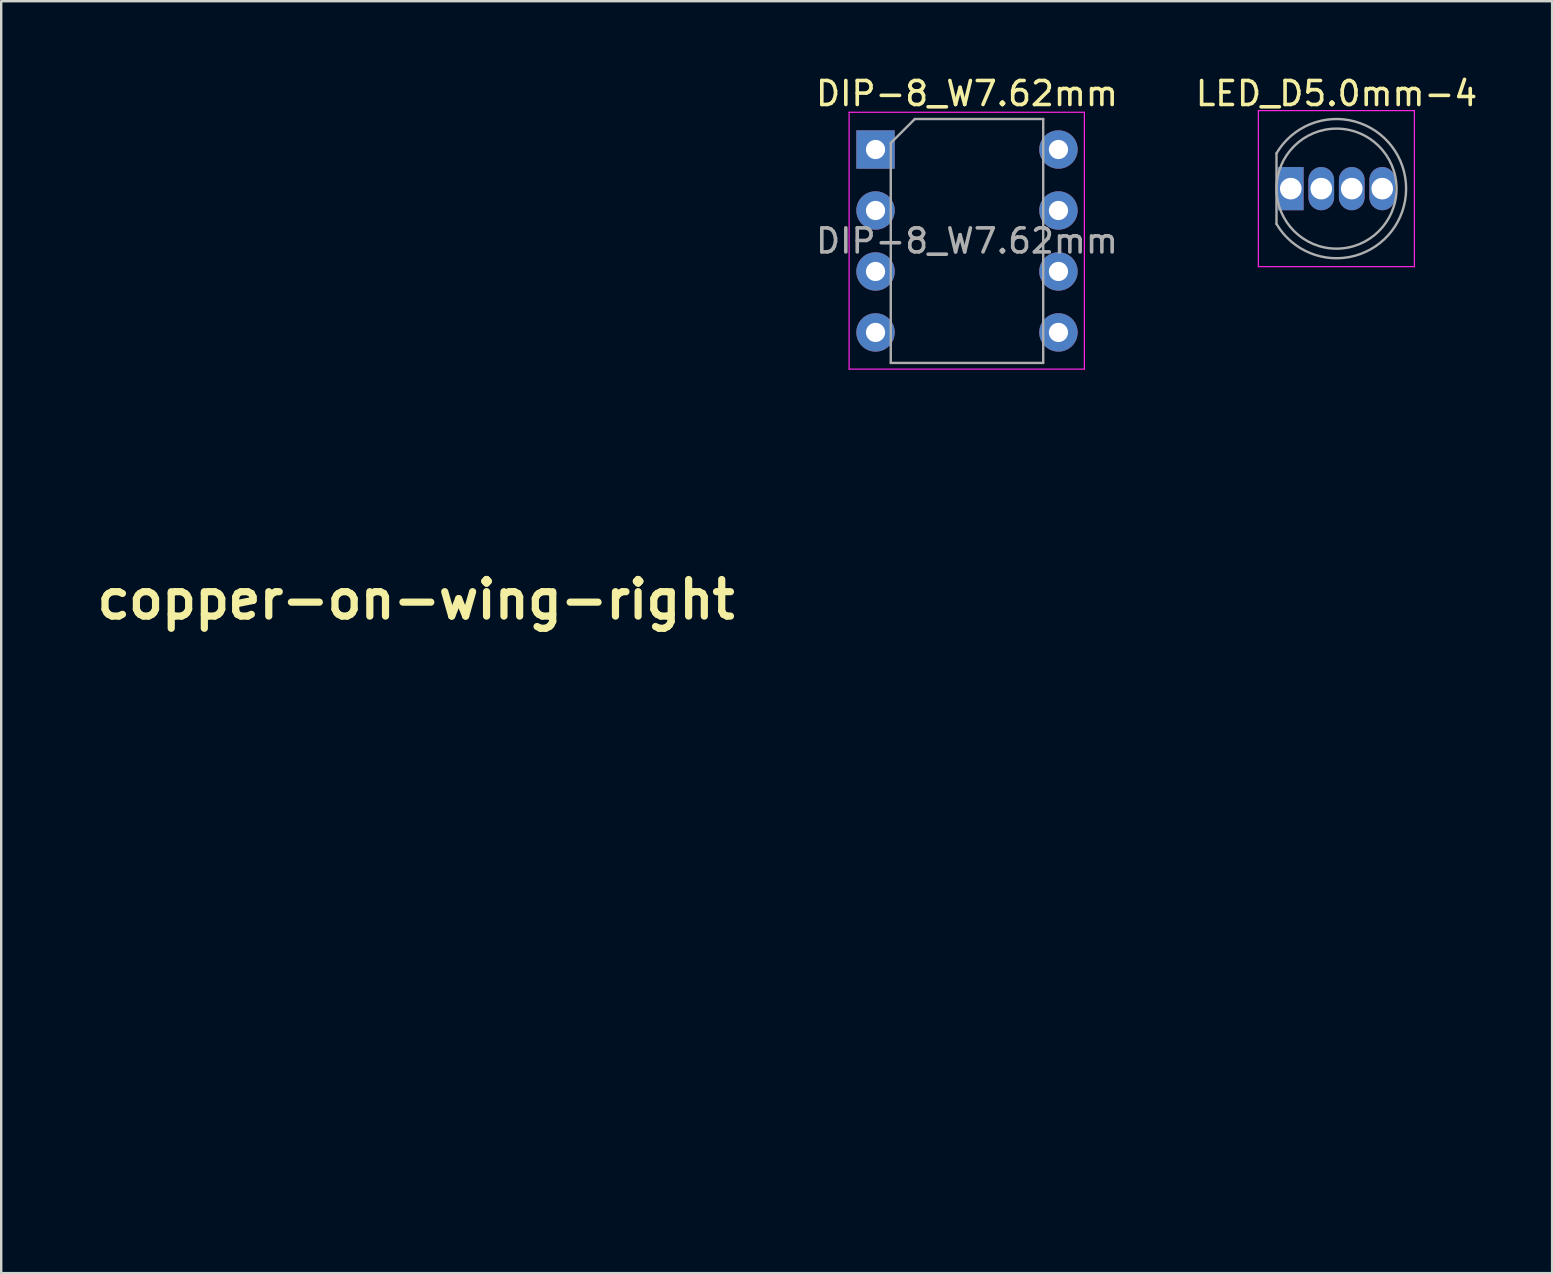
<source format=kicad_pcb>
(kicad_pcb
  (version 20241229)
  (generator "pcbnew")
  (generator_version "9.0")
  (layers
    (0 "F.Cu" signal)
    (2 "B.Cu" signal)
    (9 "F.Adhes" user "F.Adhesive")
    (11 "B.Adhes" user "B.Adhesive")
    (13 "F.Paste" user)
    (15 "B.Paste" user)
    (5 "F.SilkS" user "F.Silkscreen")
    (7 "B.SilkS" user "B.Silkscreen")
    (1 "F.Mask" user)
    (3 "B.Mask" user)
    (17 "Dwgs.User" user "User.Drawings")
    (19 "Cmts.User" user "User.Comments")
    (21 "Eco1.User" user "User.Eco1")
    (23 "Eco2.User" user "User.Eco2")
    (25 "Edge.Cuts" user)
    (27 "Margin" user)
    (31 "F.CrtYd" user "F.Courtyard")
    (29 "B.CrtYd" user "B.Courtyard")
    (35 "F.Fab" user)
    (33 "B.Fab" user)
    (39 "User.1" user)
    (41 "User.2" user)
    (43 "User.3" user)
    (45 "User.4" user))
  (footprint "copper-on-wing-right"
    (layer "F.Cu")
    (at 14.279 21.925)
    (property "Reference" "copper-on-wing-right" (at 0 0 0) (layer "F.SilkS") (effects (font (size 1.524 1.524) (thickness 0.3))))
    (attr through_hole)
    (fp_poly (pts (xy 5.434 -21.816) (xy 5.173 -21.582) (xy 5.09 -21.447) (xy 5.015 -21.175) (xy 4.991 -20.772) (xy 5.016 -20.272) (xy 5.088 -19.704) (xy 5.206 -19.1) (xy 5.248 -18.923) (xy 5.499 -17.907) (xy 5.5 -14.52) (xy 5.499 -13.607) (xy 5.495 -12.847) (xy 5.487 -12.222) (xy 5.475 -11.716) (xy 5.459 -11.313) (xy 5.437 -10.996) (xy 5.41 -10.747) (xy 5.377 -10.551) (xy 5.375 -10.541) (xy 5.32 -10.188) (xy 5.278 -9.73) (xy 5.254 -9.23) (xy 5.249 -8.938) (xy 5.247 -8.574) (xy 5.236 -8.271) (xy 5.21 -7.997) (xy 5.162 -7.718) (xy 5.085 -7.402) (xy 4.973 -7.015) (xy 4.819 -6.524) (xy 4.682 -6.096) (xy 4.572 -5.746) (xy 4.476 -5.419) (xy 4.412 -5.18) (xy 4.408 -5.165) (xy 4.327 -4.86) (xy 4.213 -4.492) (xy 4.083 -4.109) (xy 3.954 -3.758) (xy 3.843 -3.488) (xy 3.783 -3.37) (xy 3.633 -3.037) (xy 3.541 -2.651) (xy 3.52 -2.284) (xy 3.557 -2.072) (xy 3.734 -1.769) (xy 4.001 -1.582) (xy 4.316 -1.521) (xy 4.64 -1.595) (xy 4.892 -1.773) (xy 5.083 -2.018) (xy 5.245 -2.316) (xy 5.274 -2.387) (xy 5.575 -3.237) (xy 5.865 -4.091) (xy 6.122 -4.887) (xy 6.258 -5.334) (xy 6.456 -5.999) (xy 6.611 -6.53) (xy 6.73 -6.954) (xy 6.817 -7.299) (xy 6.878 -7.592) (xy 6.918 -7.862) (xy 6.944 -8.136) (xy 6.959 -8.442) (xy 6.971 -8.808) (xy 6.976 -8.975) (xy 6.994 -9.454) (xy 7.021 -9.896) (xy 7.054 -10.263) (xy 7.089 -10.515) (xy 7.104 -10.583) (xy 7.131 -10.758) (xy 7.152 -11.099) (xy 7.17 -11.604) (xy 7.183 -12.271) (xy 7.192 -13.096) (xy 7.196 -14.077) (xy 7.197 -14.549) (xy 7.197 -18.219) (xy 6.943 -19.233) (xy 6.839 -19.691) (xy 6.756 -20.141) (xy 6.703 -20.527) (xy 6.689 -20.755) (xy 6.673 -21.063) (xy 6.633 -21.326) (xy 6.594 -21.447) (xy 6.366 -21.735) (xy 6.07 -21.893) (xy 5.746 -21.92) (xy 5.434 -21.816)) (stroke (width 0.01) (type solid)) (fill yes) (layer "F.Mask"))
    (fp_poly (pts (xy -0.243 10.043) (xy -0.497 10.223) (xy -0.65 10.472) (xy -0.677 10.638) (xy -0.717 10.769) (xy -0.825 11.009) (xy -0.983 11.321) (xy -1.132 11.594) (xy -1.333 11.964) (xy -1.511 12.318) (xy -1.643 12.607) (xy -1.695 12.742) (xy -1.815 13) (xy -2.004 13.294) (xy -2.138 13.462) (xy -2.462 13.891) (xy -2.739 14.371) (xy -2.921 14.817) (xy -3.019 15.016) (xy -3.18 15.248) (xy -3.229 15.307) (xy -3.397 15.534) (xy -3.589 15.841) (xy -3.736 16.111) (xy -3.912 16.434) (xy -4.125 16.786) (xy -4.352 17.13) (xy -4.568 17.432) (xy -4.748 17.654) (xy -4.859 17.756) (xy -4.952 17.856) (xy -5.111 18.072) (xy -5.316 18.374) (xy -5.546 18.731) (xy -5.782 19.112) (xy -6.005 19.487) (xy -6.195 19.825) (xy -6.224 19.879) (xy -6.428 20.246) (xy -6.639 20.579) (xy -6.882 20.911) (xy -7.183 21.276) (xy -7.566 21.705) (xy -7.843 22.006) (xy -8.126 22.311) (xy -8.408 22.621) (xy -8.639 22.878) (xy -8.679 22.924) (xy -8.933 23.165) (xy -9.222 23.372) (xy -9.359 23.445) (xy -9.676 23.633) (xy -9.849 23.869) (xy -9.906 24.189) (xy -9.906 24.215) (xy -9.848 24.565) (xy -9.662 24.818) (xy -9.484 24.933) (xy -9.073 25.055) (xy -8.639 25.015) (xy -8.208 24.82) (xy -8.031 24.679) (xy -7.768 24.435) (xy -7.442 24.113) (xy -7.077 23.737) (xy -6.696 23.331) (xy -6.324 22.922) (xy -5.983 22.533) (xy -5.736 22.237) (xy -5.362 21.737) (xy -4.996 21.19) (xy -4.704 20.695) (xy -4.412 20.176) (xy -4.135 19.737) (xy -3.823 19.3) (xy -3.768 19.227) (xy -3.374 18.701) (xy -3.062 18.265) (xy -2.805 17.879) (xy -2.575 17.504) (xy -2.443 17.272) (xy -2.231 16.92) (xy -1.999 16.573) (xy -1.793 16.3) (xy -1.767 16.27) (xy -1.516 15.908) (xy -1.333 15.505) (xy -1.316 15.45) (xy -1.094 14.96) (xy -0.761 14.505) (xy -0.511 14.174) (xy -0.293 13.815) (xy -0.169 13.547) (xy -0.058 13.26) (xy 0.046 13.017) (xy 0.099 12.912) (xy 0.423 12.336) (xy 0.658 11.874) (xy 0.815 11.503) (xy 0.903 11.199) (xy 0.931 10.939) (xy 0.931 10.927) (xy 0.881 10.504) (xy 0.725 10.205) (xy 0.456 10.018) (xy 0.39 9.994) (xy 0.067 9.958) (xy -0.243 10.043)) (stroke (width 0.01) (type solid)) (fill yes) (layer "F.Mask"))
    (fp_poly (pts (xy -5.207 -15.155) (xy -5.341 -15.11) (xy -5.452 -15.06) (xy -5.541 -14.991) (xy -5.611 -14.886) (xy -5.663 -14.731) (xy -5.7 -14.51) (xy -5.723 -14.208) (xy -5.734 -13.809) (xy -5.735 -13.298) (xy -5.729 -12.659) (xy -5.717 -11.878) (xy -5.705 -11.226) (xy -5.691 -10.362) (xy -5.681 -9.651) (xy -5.676 -9.075) (xy -5.675 -8.618) (xy -5.68 -8.263) (xy -5.691 -7.994) (xy -5.708 -7.793) (xy -5.731 -7.644) (xy -5.76 -7.53) (xy -5.782 -7.469) (xy -5.874 -7.175) (xy -5.949 -6.823) (xy -5.97 -6.676) (xy -6.064 -6.038) (xy -6.188 -5.467) (xy -6.314 -5.057) (xy -6.377 -4.803) (xy -6.421 -4.46) (xy -6.435 -4.149) (xy -6.463 -3.728) (xy -6.542 -3.217) (xy -6.66 -2.661) (xy -6.805 -2.103) (xy -6.966 -1.587) (xy -7.132 -1.158) (xy -7.269 -0.894) (xy -7.414 -0.644) (xy -7.511 -0.435) (xy -7.535 -0.341) (xy -7.582 -0.167) (xy -7.651 -0.04) (xy -7.722 0.134) (xy -7.784 0.408) (xy -7.814 0.635) (xy -7.854 0.946) (xy -7.924 1.287) (xy -8.031 1.688) (xy -8.183 2.173) (xy -8.387 2.77) (xy -8.546 3.217) (xy -8.712 3.7) (xy -8.882 4.224) (xy -9.03 4.716) (xy -9.108 4.995) (xy -9.219 5.389) (xy -9.339 5.763) (xy -9.448 6.058) (xy -9.488 6.15) (xy -9.603 6.447) (xy -9.701 6.802) (xy -9.734 6.969) (xy -9.802 7.286) (xy -9.892 7.575) (xy -9.943 7.694) (xy -10.03 7.949) (xy -10.077 8.254) (xy -10.079 8.314) (xy -10.115 8.644) (xy -10.198 8.976) (xy -10.213 9.017) (xy -10.319 9.306) (xy -10.438 9.648) (xy -10.488 9.795) (xy -10.595 10.074) (xy -10.71 10.304) (xy -10.768 10.388) (xy -10.89 10.559) (xy -11.032 10.802) (xy -11.075 10.885) (xy -11.21 11.121) (xy -11.342 11.301) (xy -11.38 11.339) (xy -11.509 11.488) (xy -11.644 11.701) (xy -11.651 11.714) (xy -11.79 11.979) (xy -11.938 12.26) (xy -11.947 12.277) (xy -12.082 12.505) (xy -12.273 12.797) (xy -12.443 13.039) (xy -12.651 13.337) (xy -12.844 13.634) (xy -12.956 13.825) (xy -13.1 14.034) (xy -13.329 14.305) (xy -13.599 14.588) (xy -13.675 14.662) (xy -13.99 14.982) (xy -14.183 15.236) (xy -14.271 15.45) (xy -14.274 15.464) (xy -14.272 15.844) (xy -14.132 16.164) (xy -13.879 16.395) (xy -13.537 16.505) (xy -13.439 16.51) (xy -13.255 16.481) (xy -13.046 16.382) (xy -12.777 16.192) (xy -12.58 16.035) (xy -12.282 15.766) (xy -12.009 15.479) (xy -11.811 15.227) (xy -11.781 15.18) (xy -11.633 14.946) (xy -11.417 14.628) (xy -11.168 14.275) (xy -11.016 14.067) (xy -10.773 13.724) (xy -10.554 13.391) (xy -10.389 13.114) (xy -10.327 12.989) (xy -10.177 12.707) (xy -9.995 12.448) (xy -9.957 12.405) (xy -9.814 12.233) (xy -9.74 12.107) (xy -9.737 12.091) (xy -9.693 11.986) (xy -9.58 11.785) (xy -9.421 11.532) (xy -9.185 11.108) (xy -8.951 10.579) (xy -8.742 10.007) (xy -8.582 9.455) (xy -8.542 9.271) (xy -8.408 8.658) (xy -8.252 8.034) (xy -8.087 7.45) (xy -7.926 6.951) (xy -7.827 6.689) (xy -7.714 6.378) (xy -7.589 5.979) (xy -7.475 5.569) (xy -7.457 5.498) (xy -7.349 5.1) (xy -7.204 4.616) (xy -7.045 4.122) (xy -6.951 3.847) (xy -6.711 3.166) (xy -6.525 2.624) (xy -6.386 2.201) (xy -6.288 1.878) (xy -6.225 1.634) (xy -6.191 1.449) (xy -6.181 1.305) (xy -6.181 1.298) (xy -6.14 1.016) (xy -6.031 0.639) (xy -5.871 0.215) (xy -5.677 -0.205) (xy -5.591 -0.367) (xy -5.449 -0.681) (xy -5.298 -1.12) (xy -5.146 -1.641) (xy -5.004 -2.202) (xy -4.883 -2.76) (xy -4.794 -3.273) (xy -4.746 -3.696) (xy -4.741 -3.839) (xy -4.72 -4.204) (xy -4.666 -4.54) (xy -4.611 -4.72) (xy -4.53 -4.982) (xy -4.463 -5.322) (xy -4.435 -5.542) (xy -4.385 -5.885) (xy -4.295 -6.299) (xy -4.185 -6.697) (xy -4.18 -6.712) (xy -4.121 -6.9) (xy -4.075 -7.067) (xy -4.04 -7.237) (xy -4.015 -7.43) (xy -4 -7.67) (xy -3.993 -7.977) (xy -3.992 -8.375) (xy -3.998 -8.885) (xy -4.008 -9.53) (xy -4.016 -9.971) (xy -4.036 -11.027) (xy -4.056 -11.926) (xy -4.077 -12.678) (xy -4.099 -13.297) (xy -4.123 -13.794) (xy -4.149 -14.179) (xy -4.178 -14.467) (xy -4.211 -14.667) (xy -4.248 -14.792) (xy -4.256 -14.809) (xy -4.459 -15.036) (xy -4.756 -15.168) (xy -5.086 -15.184) (xy -5.207 -15.155)) (stroke (width 0.01) (type solid)) (fill yes) (layer "F.Mask")))
  (footprint "DIP-8_W7.62mm"
    (layer "F.Cu")
    (at 33.422 3.178)
    (property "Reference" "DIP-8_W7.62mm" (at 3.81 -2.33 0) (layer "F.SilkS") (effects (font (size 1 1) (thickness 0.15))))
    (attr through_hole)
    (fp_line (start -1.1 -1.55) (end -1.1 9.15) (stroke (width 0.05) (type solid)) (layer "F.CrtYd"))
    (fp_line (start -1.1 9.15) (end 8.7 9.15) (stroke (width 0.05) (type solid)) (layer "F.CrtYd"))
    (fp_line (start 8.7 -1.55) (end -1.1 -1.55) (stroke (width 0.05) (type solid)) (layer "F.CrtYd"))
    (fp_line (start 8.7 9.15) (end 8.7 -1.55) (stroke (width 0.05) (type solid)) (layer "F.CrtYd"))
    (fp_line (start 0.635 -0.27) (end 1.635 -1.27) (stroke (width 0.1) (type solid)) (layer "F.Fab"))
    (fp_line (start 0.635 8.89) (end 0.635 -0.27) (stroke (width 0.1) (type solid)) (layer "F.Fab"))
    (fp_line (start 1.635 -1.27) (end 6.985 -1.27) (stroke (width 0.1) (type solid)) (layer "F.Fab"))
    (fp_line (start 6.985 -1.27) (end 6.985 8.89) (stroke (width 0.1) (type solid)) (layer "F.Fab"))
    (fp_line (start 6.985 8.89) (end 0.635 8.89) (stroke (width 0.1) (type solid)) (layer "F.Fab"))
    (fp_text user "${REFERENCE}" (at 3.81 3.81 0) (layer "F.Fab") (effects (font (size 1 1) (thickness 0.15))))
    (pad "1" thru_hole rect (at 0 0) (size 1.6 1.6) (drill 0.8) (layers "*.Cu" "*.Mask"))
    (pad "2" thru_hole oval (at 0 2.54) (size 1.6 1.6) (drill 0.8) (layers "*.Cu" "*.Mask"))
    (pad "3" thru_hole oval (at 0 5.08) (size 1.6 1.6) (drill 0.8) (layers "*.Cu" "*.Mask"))
    (pad "4" thru_hole oval (at 0 7.62) (size 1.6 1.6) (drill 0.8) (layers "*.Cu" "*.Mask"))
    (pad "5" thru_hole oval (at 7.62 7.62) (size 1.6 1.6) (drill 0.8) (layers "*.Cu" "*.Mask"))
    (pad "6" thru_hole oval (at 7.62 5.08) (size 1.6 1.6) (drill 0.8) (layers "*.Cu" "*.Mask"))
    (pad "7" thru_hole oval (at 7.62 2.54) (size 1.6 1.6) (drill 0.8) (layers "*.Cu" "*.Mask"))
    (pad "8" thru_hole oval (at 7.62 0) (size 1.6 1.6) (drill 0.8) (layers "*.Cu" "*.Mask")))
  (footprint "LED_D5.0mm-4"
    (layer "F.Cu")
    (at 50.72 4.808)
    (property "Reference" "LED_D5.0mm-4" (at 1.905 -3.96 0) (layer "F.SilkS") (effects (font (size 1 1) (thickness 0.15))))
    (attr through_hole)
    (fp_line (start -1.35 -3.25) (end -1.35 3.25) (stroke (width 0.05) (type solid)) (layer "F.CrtYd"))
    (fp_line (start -1.35 3.25) (end 5.15 3.25) (stroke (width 0.05) (type solid)) (layer "F.CrtYd"))
    (fp_line (start 5.15 -3.25) (end -1.35 -3.25) (stroke (width 0.05) (type solid)) (layer "F.CrtYd"))
    (fp_line (start 5.15 3.25) (end 5.15 -3.25) (stroke (width 0.05) (type solid)) (layer "F.CrtYd"))
    (fp_line (start -0.595 -1.47) (end -0.595 1.47) (stroke (width 0.1) (type solid)) (layer "F.Fab"))
    (fp_arc (start -0.595 -1.469694) (mid 4.805 0.000016) (end -0.595016 1.469666) (stroke (width 0.1) (type solid)) (layer "F.Fab"))
    (fp_circle (center 1.905 0) (end 4.405 0) (stroke (width 0.1) (type solid)) (fill no) (layer "F.Fab"))
    (pad "1" thru_hole rect (at 0 0) (size 1.07 1.8) (drill 0.9) (layers "*.Cu" "*.Mask"))
    (pad "2" thru_hole oval (at 1.27 0) (size 1.07 1.8) (drill 0.9) (layers "*.Cu" "*.Mask"))
    (pad "3" thru_hole oval (at 2.54 0) (size 1.07 1.8) (drill 0.9) (layers "*.Cu" "*.Mask"))
    (pad "4" thru_hole oval (at 3.81 0) (size 1.07 1.8) (drill 0.9) (layers "*.Cu" "*.Mask")))
  (gr_rect
    (start -3 -3)
    (end 61.607 49.984)
    (stroke (width 0.1) (type default))
    (fill no)
    (layer "Edge.Cuts")))
</source>
